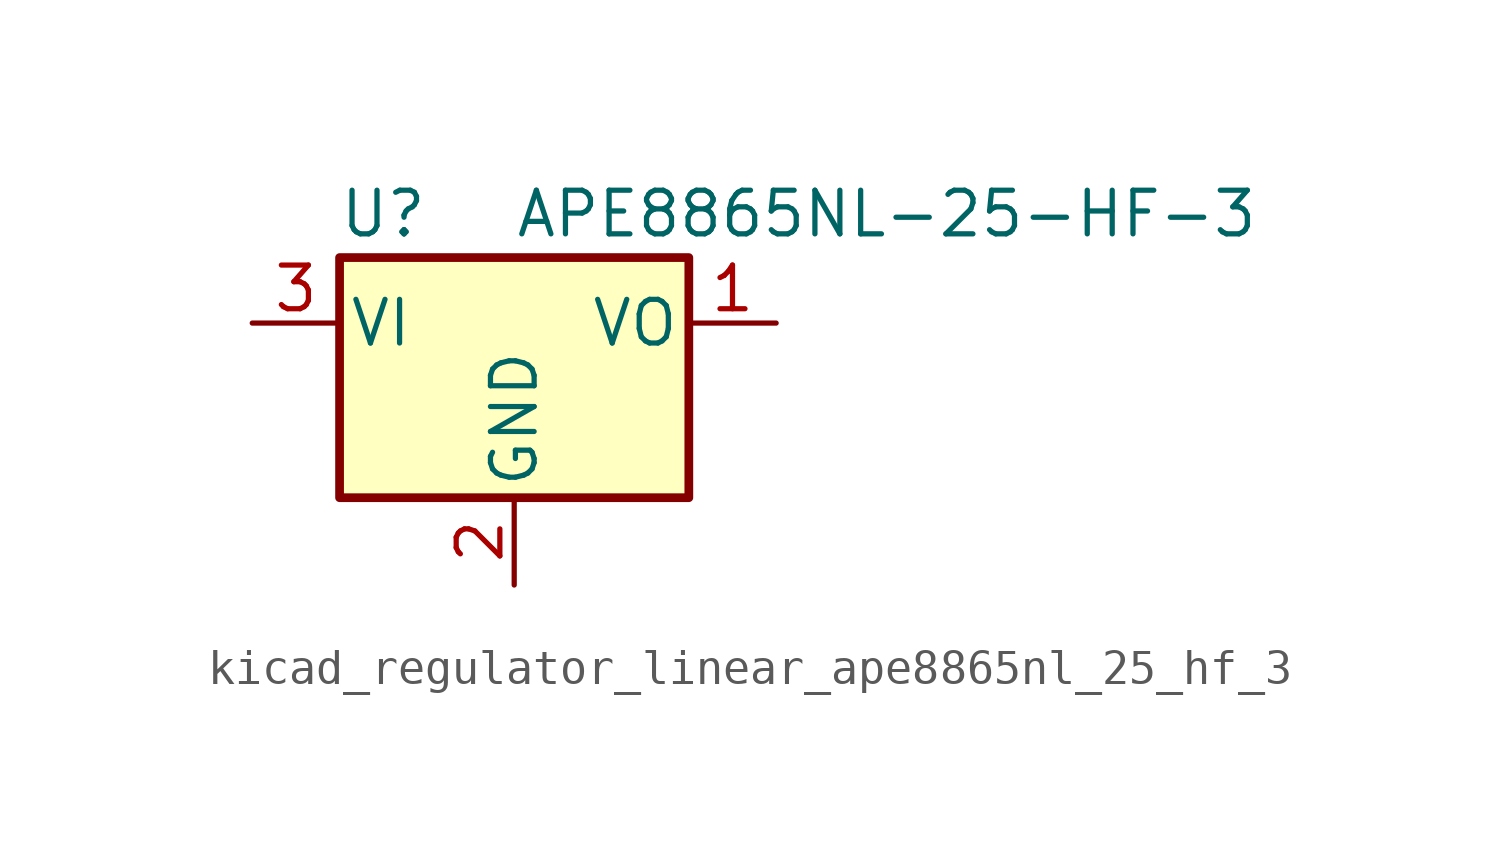
<source format=kicad_sym>
(kicad_symbol_lib
  (version 20220914)
  (generator kicad_symbol_editor)
  (symbol "kicad_regulator_linear_ape8865nl_25_hf_3"
    (pin_names
      (offset 0.254))
    (property "Reference" "U"
      (at -3.81 3.175 0)
      (effects (font (size 1.27 1.27))))
    (property "Value" "APE8865NL-25-HF-3"
      (at 0 3.175 0)
      (effects (font (size 1.27 1.27)) (justify left)))
    (symbol "kicad_regulator_linear_ape8865nl_25_hf_3_0_1"
      (rectangle (start -5.08 1.905) (end 5.08 -5.08) (stroke (width 0.254) (type default)) (fill (type background))))
    (symbol "kicad_regulator_linear_ape8865nl_25_hf_3_1_1"
      (pin power_out line (at 7.62 0 180) (length 2.54) (name "VO" (effects (font (size 1.27 1.27)))) (number "1" (effects (font (size 1.27 1.27)))))
      (pin power_in line (at 0 -7.62 90) (length 2.54) (name "GND" (effects (font (size 1.27 1.27)))) (number "2" (effects (font (size 1.27 1.27)))))
      (pin power_in line (at -7.62 0 0) (length 2.54) (name "VI" (effects (font (size 1.27 1.27)))) (number "3" (effects (font (size 1.27 1.27))))))))
</source>
